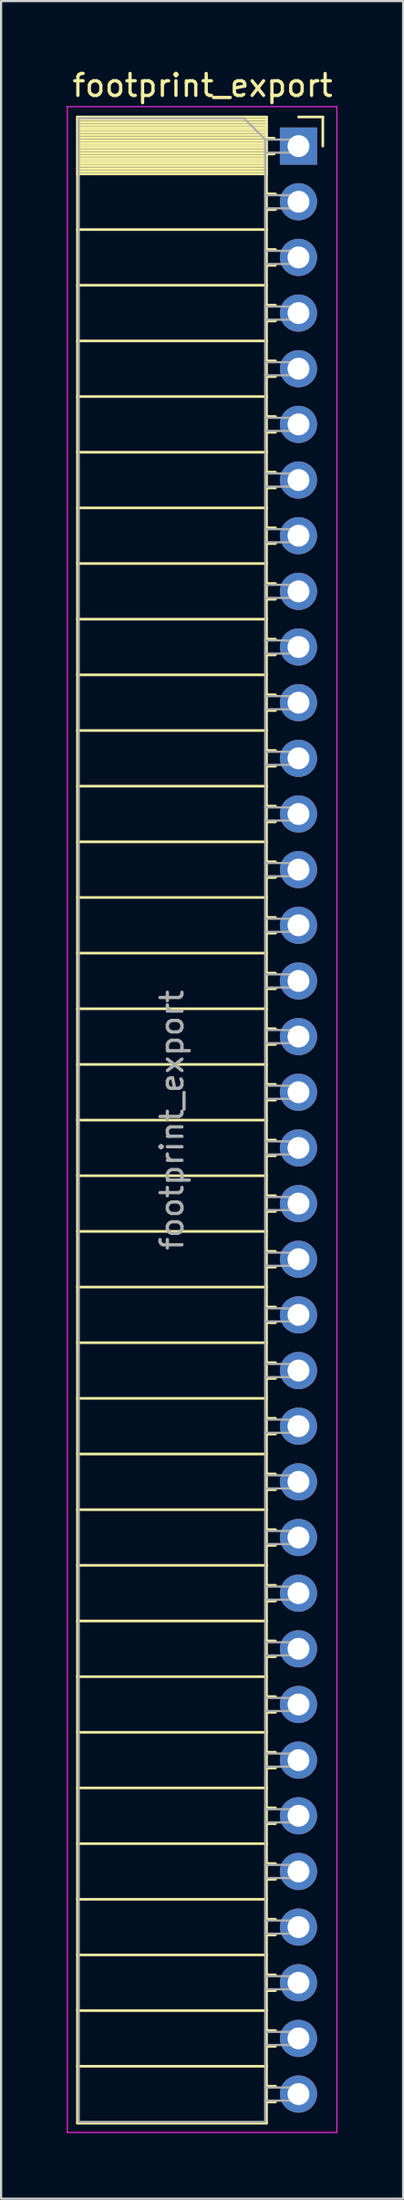
<source format=kicad_pcb>
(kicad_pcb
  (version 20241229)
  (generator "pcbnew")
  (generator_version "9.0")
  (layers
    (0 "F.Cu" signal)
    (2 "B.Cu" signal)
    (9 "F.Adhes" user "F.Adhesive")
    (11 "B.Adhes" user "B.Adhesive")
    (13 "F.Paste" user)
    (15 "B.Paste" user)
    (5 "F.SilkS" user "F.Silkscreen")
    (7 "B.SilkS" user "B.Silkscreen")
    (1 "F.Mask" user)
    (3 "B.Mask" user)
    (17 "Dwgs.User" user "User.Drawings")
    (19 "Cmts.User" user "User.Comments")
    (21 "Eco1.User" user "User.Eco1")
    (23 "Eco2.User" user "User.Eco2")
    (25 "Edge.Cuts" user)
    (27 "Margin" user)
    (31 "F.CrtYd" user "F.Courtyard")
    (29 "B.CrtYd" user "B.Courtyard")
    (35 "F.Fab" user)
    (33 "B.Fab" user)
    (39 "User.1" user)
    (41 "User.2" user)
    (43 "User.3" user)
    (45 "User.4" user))
  (footprint "footprint_export"
    (layer "F.Cu")
    (at 10.575 3.618)
    (property "Reference" "footprint_export" (at -4.38 -2.77 0) (layer "F.SilkS") (effects (font (size 1 1) (thickness 0.15))))
    (attr through_hole)
    (fp_line (start -10.09 -1.33) (end -10.09 90.23) (stroke (width 0.12) (type solid)) (layer "F.SilkS"))
    (fp_line (start -10.09 -1.33) (end -1.46 -1.33) (stroke (width 0.12) (type solid)) (layer "F.SilkS"))
    (fp_line (start -10.09 -1.21) (end -1.46 -1.21) (stroke (width 0.12) (type solid)) (layer "F.SilkS"))
    (fp_line (start -10.09 -1.092) (end -1.46 -1.092) (stroke (width 0.12) (type solid)) (layer "F.SilkS"))
    (fp_line (start -10.09 -0.974) (end -1.46 -0.974) (stroke (width 0.12) (type solid)) (layer "F.SilkS"))
    (fp_line (start -10.09 -0.856) (end -1.46 -0.856) (stroke (width 0.12) (type solid)) (layer "F.SilkS"))
    (fp_line (start -10.09 -0.738) (end -1.46 -0.738) (stroke (width 0.12) (type solid)) (layer "F.SilkS"))
    (fp_line (start -10.09 -0.62) (end -1.46 -0.62) (stroke (width 0.12) (type solid)) (layer "F.SilkS"))
    (fp_line (start -10.09 -0.501) (end -1.46 -0.501) (stroke (width 0.12) (type solid)) (layer "F.SilkS"))
    (fp_line (start -10.09 -0.383) (end -1.46 -0.383) (stroke (width 0.12) (type solid)) (layer "F.SilkS"))
    (fp_line (start -10.09 -0.265) (end -1.46 -0.265) (stroke (width 0.12) (type solid)) (layer "F.SilkS"))
    (fp_line (start -10.09 -0.147) (end -1.46 -0.147) (stroke (width 0.12) (type solid)) (layer "F.SilkS"))
    (fp_line (start -10.09 -0.029) (end -1.46 -0.029) (stroke (width 0.12) (type solid)) (layer "F.SilkS"))
    (fp_line (start -10.09 0.089) (end -1.46 0.089) (stroke (width 0.12) (type solid)) (layer "F.SilkS"))
    (fp_line (start -10.09 0.207) (end -1.46 0.207) (stroke (width 0.12) (type solid)) (layer "F.SilkS"))
    (fp_line (start -10.09 0.325) (end -1.46 0.325) (stroke (width 0.12) (type solid)) (layer "F.SilkS"))
    (fp_line (start -10.09 0.443) (end -1.46 0.443) (stroke (width 0.12) (type solid)) (layer "F.SilkS"))
    (fp_line (start -10.09 0.561) (end -1.46 0.561) (stroke (width 0.12) (type solid)) (layer "F.SilkS"))
    (fp_line (start -10.09 0.68) (end -1.46 0.68) (stroke (width 0.12) (type solid)) (layer "F.SilkS"))
    (fp_line (start -10.09 0.798) (end -1.46 0.798) (stroke (width 0.12) (type solid)) (layer "F.SilkS"))
    (fp_line (start -10.09 0.916) (end -1.46 0.916) (stroke (width 0.12) (type solid)) (layer "F.SilkS"))
    (fp_line (start -10.09 1.034) (end -1.46 1.034) (stroke (width 0.12) (type solid)) (layer "F.SilkS"))
    (fp_line (start -10.09 1.152) (end -1.46 1.152) (stroke (width 0.12) (type solid)) (layer "F.SilkS"))
    (fp_line (start -10.09 1.27) (end -1.46 1.27) (stroke (width 0.12) (type solid)) (layer "F.SilkS"))
    (fp_line (start -10.09 3.81) (end -1.46 3.81) (stroke (width 0.12) (type solid)) (layer "F.SilkS"))
    (fp_line (start -10.09 6.35) (end -1.46 6.35) (stroke (width 0.12) (type solid)) (layer "F.SilkS"))
    (fp_line (start -10.09 8.89) (end -1.46 8.89) (stroke (width 0.12) (type solid)) (layer "F.SilkS"))
    (fp_line (start -10.09 11.43) (end -1.46 11.43) (stroke (width 0.12) (type solid)) (layer "F.SilkS"))
    (fp_line (start -10.09 13.97) (end -1.46 13.97) (stroke (width 0.12) (type solid)) (layer "F.SilkS"))
    (fp_line (start -10.09 16.51) (end -1.46 16.51) (stroke (width 0.12) (type solid)) (layer "F.SilkS"))
    (fp_line (start -10.09 19.05) (end -1.46 19.05) (stroke (width 0.12) (type solid)) (layer "F.SilkS"))
    (fp_line (start -10.09 21.59) (end -1.46 21.59) (stroke (width 0.12) (type solid)) (layer "F.SilkS"))
    (fp_line (start -10.09 24.13) (end -1.46 24.13) (stroke (width 0.12) (type solid)) (layer "F.SilkS"))
    (fp_line (start -10.09 26.67) (end -1.46 26.67) (stroke (width 0.12) (type solid)) (layer "F.SilkS"))
    (fp_line (start -10.09 29.21) (end -1.46 29.21) (stroke (width 0.12) (type solid)) (layer "F.SilkS"))
    (fp_line (start -10.09 31.75) (end -1.46 31.75) (stroke (width 0.12) (type solid)) (layer "F.SilkS"))
    (fp_line (start -10.09 34.29) (end -1.46 34.29) (stroke (width 0.12) (type solid)) (layer "F.SilkS"))
    (fp_line (start -10.09 36.83) (end -1.46 36.83) (stroke (width 0.12) (type solid)) (layer "F.SilkS"))
    (fp_line (start -10.09 39.37) (end -1.46 39.37) (stroke (width 0.12) (type solid)) (layer "F.SilkS"))
    (fp_line (start -10.09 41.91) (end -1.46 41.91) (stroke (width 0.12) (type solid)) (layer "F.SilkS"))
    (fp_line (start -10.09 44.45) (end -1.46 44.45) (stroke (width 0.12) (type solid)) (layer "F.SilkS"))
    (fp_line (start -10.09 46.99) (end -1.46 46.99) (stroke (width 0.12) (type solid)) (layer "F.SilkS"))
    (fp_line (start -10.09 49.53) (end -1.46 49.53) (stroke (width 0.12) (type solid)) (layer "F.SilkS"))
    (fp_line (start -10.09 52.07) (end -1.46 52.07) (stroke (width 0.12) (type solid)) (layer "F.SilkS"))
    (fp_line (start -10.09 54.61) (end -1.46 54.61) (stroke (width 0.12) (type solid)) (layer "F.SilkS"))
    (fp_line (start -10.09 57.15) (end -1.46 57.15) (stroke (width 0.12) (type solid)) (layer "F.SilkS"))
    (fp_line (start -10.09 59.69) (end -1.46 59.69) (stroke (width 0.12) (type solid)) (layer "F.SilkS"))
    (fp_line (start -10.09 62.23) (end -1.46 62.23) (stroke (width 0.12) (type solid)) (layer "F.SilkS"))
    (fp_line (start -10.09 64.77) (end -1.46 64.77) (stroke (width 0.12) (type solid)) (layer "F.SilkS"))
    (fp_line (start -10.09 67.31) (end -1.46 67.31) (stroke (width 0.12) (type solid)) (layer "F.SilkS"))
    (fp_line (start -10.09 69.85) (end -1.46 69.85) (stroke (width 0.12) (type solid)) (layer "F.SilkS"))
    (fp_line (start -10.09 72.39) (end -1.46 72.39) (stroke (width 0.12) (type solid)) (layer "F.SilkS"))
    (fp_line (start -10.09 74.93) (end -1.46 74.93) (stroke (width 0.12) (type solid)) (layer "F.SilkS"))
    (fp_line (start -10.09 77.47) (end -1.46 77.47) (stroke (width 0.12) (type solid)) (layer "F.SilkS"))
    (fp_line (start -10.09 80.01) (end -1.46 80.01) (stroke (width 0.12) (type solid)) (layer "F.SilkS"))
    (fp_line (start -10.09 82.55) (end -1.46 82.55) (stroke (width 0.12) (type solid)) (layer "F.SilkS"))
    (fp_line (start -10.09 85.09) (end -1.46 85.09) (stroke (width 0.12) (type solid)) (layer "F.SilkS"))
    (fp_line (start -10.09 87.63) (end -1.46 87.63) (stroke (width 0.12) (type solid)) (layer "F.SilkS"))
    (fp_line (start -10.09 90.23) (end -1.46 90.23) (stroke (width 0.12) (type solid)) (layer "F.SilkS"))
    (fp_line (start -1.46 -1.33) (end -1.46 90.23) (stroke (width 0.12) (type solid)) (layer "F.SilkS"))
    (fp_line (start -1.46 -0.36) (end -1.11 -0.36) (stroke (width 0.12) (type solid)) (layer "F.SilkS"))
    (fp_line (start -1.46 0.36) (end -1.11 0.36) (stroke (width 0.12) (type solid)) (layer "F.SilkS"))
    (fp_line (start -1.46 2.18) (end -1.05 2.18) (stroke (width 0.12) (type solid)) (layer "F.SilkS"))
    (fp_line (start -1.46 2.9) (end -1.05 2.9) (stroke (width 0.12) (type solid)) (layer "F.SilkS"))
    (fp_line (start -1.46 4.72) (end -1.05 4.72) (stroke (width 0.12) (type solid)) (layer "F.SilkS"))
    (fp_line (start -1.46 5.44) (end -1.05 5.44) (stroke (width 0.12) (type solid)) (layer "F.SilkS"))
    (fp_line (start -1.46 7.26) (end -1.05 7.26) (stroke (width 0.12) (type solid)) (layer "F.SilkS"))
    (fp_line (start -1.46 7.98) (end -1.05 7.98) (stroke (width 0.12) (type solid)) (layer "F.SilkS"))
    (fp_line (start -1.46 9.8) (end -1.05 9.8) (stroke (width 0.12) (type solid)) (layer "F.SilkS"))
    (fp_line (start -1.46 10.52) (end -1.05 10.52) (stroke (width 0.12) (type solid)) (layer "F.SilkS"))
    (fp_line (start -1.46 12.34) (end -1.05 12.34) (stroke (width 0.12) (type solid)) (layer "F.SilkS"))
    (fp_line (start -1.46 13.06) (end -1.05 13.06) (stroke (width 0.12) (type solid)) (layer "F.SilkS"))
    (fp_line (start -1.46 14.88) (end -1.05 14.88) (stroke (width 0.12) (type solid)) (layer "F.SilkS"))
    (fp_line (start -1.46 15.6) (end -1.05 15.6) (stroke (width 0.12) (type solid)) (layer "F.SilkS"))
    (fp_line (start -1.46 17.42) (end -1.05 17.42) (stroke (width 0.12) (type solid)) (layer "F.SilkS"))
    (fp_line (start -1.46 18.14) (end -1.05 18.14) (stroke (width 0.12) (type solid)) (layer "F.SilkS"))
    (fp_line (start -1.46 19.96) (end -1.05 19.96) (stroke (width 0.12) (type solid)) (layer "F.SilkS"))
    (fp_line (start -1.46 20.68) (end -1.05 20.68) (stroke (width 0.12) (type solid)) (layer "F.SilkS"))
    (fp_line (start -1.46 22.5) (end -1.05 22.5) (stroke (width 0.12) (type solid)) (layer "F.SilkS"))
    (fp_line (start -1.46 23.22) (end -1.05 23.22) (stroke (width 0.12) (type solid)) (layer "F.SilkS"))
    (fp_line (start -1.46 25.04) (end -1.05 25.04) (stroke (width 0.12) (type solid)) (layer "F.SilkS"))
    (fp_line (start -1.46 25.76) (end -1.05 25.76) (stroke (width 0.12) (type solid)) (layer "F.SilkS"))
    (fp_line (start -1.46 27.58) (end -1.05 27.58) (stroke (width 0.12) (type solid)) (layer "F.SilkS"))
    (fp_line (start -1.46 28.3) (end -1.05 28.3) (stroke (width 0.12) (type solid)) (layer "F.SilkS"))
    (fp_line (start -1.46 30.12) (end -1.05 30.12) (stroke (width 0.12) (type solid)) (layer "F.SilkS"))
    (fp_line (start -1.46 30.84) (end -1.05 30.84) (stroke (width 0.12) (type solid)) (layer "F.SilkS"))
    (fp_line (start -1.46 32.66) (end -1.05 32.66) (stroke (width 0.12) (type solid)) (layer "F.SilkS"))
    (fp_line (start -1.46 33.38) (end -1.05 33.38) (stroke (width 0.12) (type solid)) (layer "F.SilkS"))
    (fp_line (start -1.46 35.2) (end -1.05 35.2) (stroke (width 0.12) (type solid)) (layer "F.SilkS"))
    (fp_line (start -1.46 35.92) (end -1.05 35.92) (stroke (width 0.12) (type solid)) (layer "F.SilkS"))
    (fp_line (start -1.46 37.74) (end -1.05 37.74) (stroke (width 0.12) (type solid)) (layer "F.SilkS"))
    (fp_line (start -1.46 38.46) (end -1.05 38.46) (stroke (width 0.12) (type solid)) (layer "F.SilkS"))
    (fp_line (start -1.46 40.28) (end -1.05 40.28) (stroke (width 0.12) (type solid)) (layer "F.SilkS"))
    (fp_line (start -1.46 41) (end -1.05 41) (stroke (width 0.12) (type solid)) (layer "F.SilkS"))
    (fp_line (start -1.46 42.82) (end -1.05 42.82) (stroke (width 0.12) (type solid)) (layer "F.SilkS"))
    (fp_line (start -1.46 43.54) (end -1.05 43.54) (stroke (width 0.12) (type solid)) (layer "F.SilkS"))
    (fp_line (start -1.46 45.36) (end -1.05 45.36) (stroke (width 0.12) (type solid)) (layer "F.SilkS"))
    (fp_line (start -1.46 46.08) (end -1.05 46.08) (stroke (width 0.12) (type solid)) (layer "F.SilkS"))
    (fp_line (start -1.46 47.9) (end -1.05 47.9) (stroke (width 0.12) (type solid)) (layer "F.SilkS"))
    (fp_line (start -1.46 48.62) (end -1.05 48.62) (stroke (width 0.12) (type solid)) (layer "F.SilkS"))
    (fp_line (start -1.46 50.44) (end -1.05 50.44) (stroke (width 0.12) (type solid)) (layer "F.SilkS"))
    (fp_line (start -1.46 51.16) (end -1.05 51.16) (stroke (width 0.12) (type solid)) (layer "F.SilkS"))
    (fp_line (start -1.46 52.98) (end -1.05 52.98) (stroke (width 0.12) (type solid)) (layer "F.SilkS"))
    (fp_line (start -1.46 53.7) (end -1.05 53.7) (stroke (width 0.12) (type solid)) (layer "F.SilkS"))
    (fp_line (start -1.46 55.52) (end -1.05 55.52) (stroke (width 0.12) (type solid)) (layer "F.SilkS"))
    (fp_line (start -1.46 56.24) (end -1.05 56.24) (stroke (width 0.12) (type solid)) (layer "F.SilkS"))
    (fp_line (start -1.46 58.06) (end -1.05 58.06) (stroke (width 0.12) (type solid)) (layer "F.SilkS"))
    (fp_line (start -1.46 58.78) (end -1.05 58.78) (stroke (width 0.12) (type solid)) (layer "F.SilkS"))
    (fp_line (start -1.46 60.6) (end -1.05 60.6) (stroke (width 0.12) (type solid)) (layer "F.SilkS"))
    (fp_line (start -1.46 61.32) (end -1.05 61.32) (stroke (width 0.12) (type solid)) (layer "F.SilkS"))
    (fp_line (start -1.46 63.14) (end -1.05 63.14) (stroke (width 0.12) (type solid)) (layer "F.SilkS"))
    (fp_line (start -1.46 63.86) (end -1.05 63.86) (stroke (width 0.12) (type solid)) (layer "F.SilkS"))
    (fp_line (start -1.46 65.68) (end -1.05 65.68) (stroke (width 0.12) (type solid)) (layer "F.SilkS"))
    (fp_line (start -1.46 66.4) (end -1.05 66.4) (stroke (width 0.12) (type solid)) (layer "F.SilkS"))
    (fp_line (start -1.46 68.22) (end -1.05 68.22) (stroke (width 0.12) (type solid)) (layer "F.SilkS"))
    (fp_line (start -1.46 68.94) (end -1.05 68.94) (stroke (width 0.12) (type solid)) (layer "F.SilkS"))
    (fp_line (start -1.46 70.76) (end -1.05 70.76) (stroke (width 0.12) (type solid)) (layer "F.SilkS"))
    (fp_line (start -1.46 71.48) (end -1.05 71.48) (stroke (width 0.12) (type solid)) (layer "F.SilkS"))
    (fp_line (start -1.46 73.3) (end -1.05 73.3) (stroke (width 0.12) (type solid)) (layer "F.SilkS"))
    (fp_line (start -1.46 74.02) (end -1.05 74.02) (stroke (width 0.12) (type solid)) (layer "F.SilkS"))
    (fp_line (start -1.46 75.84) (end -1.05 75.84) (stroke (width 0.12) (type solid)) (layer "F.SilkS"))
    (fp_line (start -1.46 76.56) (end -1.05 76.56) (stroke (width 0.12) (type solid)) (layer "F.SilkS"))
    (fp_line (start -1.46 78.38) (end -1.05 78.38) (stroke (width 0.12) (type solid)) (layer "F.SilkS"))
    (fp_line (start -1.46 79.1) (end -1.05 79.1) (stroke (width 0.12) (type solid)) (layer "F.SilkS"))
    (fp_line (start -1.46 80.92) (end -1.05 80.92) (stroke (width 0.12) (type solid)) (layer "F.SilkS"))
    (fp_line (start -1.46 81.64) (end -1.05 81.64) (stroke (width 0.12) (type solid)) (layer "F.SilkS"))
    (fp_line (start -1.46 83.46) (end -1.05 83.46) (stroke (width 0.12) (type solid)) (layer "F.SilkS"))
    (fp_line (start -1.46 84.18) (end -1.05 84.18) (stroke (width 0.12) (type solid)) (layer "F.SilkS"))
    (fp_line (start -1.46 86) (end -1.05 86) (stroke (width 0.12) (type solid)) (layer "F.SilkS"))
    (fp_line (start -1.46 86.72) (end -1.05 86.72) (stroke (width 0.12) (type solid)) (layer "F.SilkS"))
    (fp_line (start -1.46 88.54) (end -1.05 88.54) (stroke (width 0.12) (type solid)) (layer "F.SilkS"))
    (fp_line (start -1.46 89.26) (end -1.05 89.26) (stroke (width 0.12) (type solid)) (layer "F.SilkS"))
    (fp_line (start 0 -1.33) (end 1.11 -1.33) (stroke (width 0.12) (type solid)) (layer "F.SilkS"))
    (fp_line (start 1.11 -1.33) (end 1.11 0) (stroke (width 0.12) (type solid)) (layer "F.SilkS"))
    (fp_line (start -10.55 -1.8) (end -10.55 90.65) (stroke (width 0.05) (type solid)) (layer "F.CrtYd"))
    (fp_line (start -10.55 90.65) (end 1.75 90.65) (stroke (width 0.05) (type solid)) (layer "F.CrtYd"))
    (fp_line (start 1.75 -1.8) (end -10.55 -1.8) (stroke (width 0.05) (type solid)) (layer "F.CrtYd"))
    (fp_line (start 1.75 90.65) (end 1.75 -1.8) (stroke (width 0.05) (type solid)) (layer "F.CrtYd"))
    (fp_line (start -10.03 -1.27) (end -2.49 -1.27) (stroke (width 0.1) (type solid)) (layer "F.Fab"))
    (fp_line (start -10.03 90.17) (end -10.03 -1.27) (stroke (width 0.1) (type solid)) (layer "F.Fab"))
    (fp_line (start -2.49 -1.27) (end -1.52 -0.3) (stroke (width 0.1) (type solid)) (layer "F.Fab"))
    (fp_line (start -1.52 -0.3) (end -1.52 90.17) (stroke (width 0.1) (type solid)) (layer "F.Fab"))
    (fp_line (start -1.52 0.3) (end 0 0.3) (stroke (width 0.1) (type solid)) (layer "F.Fab"))
    (fp_line (start -1.52 2.84) (end 0 2.84) (stroke (width 0.1) (type solid)) (layer "F.Fab"))
    (fp_line (start -1.52 5.38) (end 0 5.38) (stroke (width 0.1) (type solid)) (layer "F.Fab"))
    (fp_line (start -1.52 7.92) (end 0 7.92) (stroke (width 0.1) (type solid)) (layer "F.Fab"))
    (fp_line (start -1.52 10.46) (end 0 10.46) (stroke (width 0.1) (type solid)) (layer "F.Fab"))
    (fp_line (start -1.52 13) (end 0 13) (stroke (width 0.1) (type solid)) (layer "F.Fab"))
    (fp_line (start -1.52 15.54) (end 0 15.54) (stroke (width 0.1) (type solid)) (layer "F.Fab"))
    (fp_line (start -1.52 18.08) (end 0 18.08) (stroke (width 0.1) (type solid)) (layer "F.Fab"))
    (fp_line (start -1.52 20.62) (end 0 20.62) (stroke (width 0.1) (type solid)) (layer "F.Fab"))
    (fp_line (start -1.52 23.16) (end 0 23.16) (stroke (width 0.1) (type solid)) (layer "F.Fab"))
    (fp_line (start -1.52 25.7) (end 0 25.7) (stroke (width 0.1) (type solid)) (layer "F.Fab"))
    (fp_line (start -1.52 28.24) (end 0 28.24) (stroke (width 0.1) (type solid)) (layer "F.Fab"))
    (fp_line (start -1.52 30.78) (end 0 30.78) (stroke (width 0.1) (type solid)) (layer "F.Fab"))
    (fp_line (start -1.52 33.32) (end 0 33.32) (stroke (width 0.1) (type solid)) (layer "F.Fab"))
    (fp_line (start -1.52 35.86) (end 0 35.86) (stroke (width 0.1) (type solid)) (layer "F.Fab"))
    (fp_line (start -1.52 38.4) (end 0 38.4) (stroke (width 0.1) (type solid)) (layer "F.Fab"))
    (fp_line (start -1.52 40.94) (end 0 40.94) (stroke (width 0.1) (type solid)) (layer "F.Fab"))
    (fp_line (start -1.52 43.48) (end 0 43.48) (stroke (width 0.1) (type solid)) (layer "F.Fab"))
    (fp_line (start -1.52 46.02) (end 0 46.02) (stroke (width 0.1) (type solid)) (layer "F.Fab"))
    (fp_line (start -1.52 48.56) (end 0 48.56) (stroke (width 0.1) (type solid)) (layer "F.Fab"))
    (fp_line (start -1.52 51.1) (end 0 51.1) (stroke (width 0.1) (type solid)) (layer "F.Fab"))
    (fp_line (start -1.52 53.64) (end 0 53.64) (stroke (width 0.1) (type solid)) (layer "F.Fab"))
    (fp_line (start -1.52 56.18) (end 0 56.18) (stroke (width 0.1) (type solid)) (layer "F.Fab"))
    (fp_line (start -1.52 58.72) (end 0 58.72) (stroke (width 0.1) (type solid)) (layer "F.Fab"))
    (fp_line (start -1.52 61.26) (end 0 61.26) (stroke (width 0.1) (type solid)) (layer "F.Fab"))
    (fp_line (start -1.52 63.8) (end 0 63.8) (stroke (width 0.1) (type solid)) (layer "F.Fab"))
    (fp_line (start -1.52 66.34) (end 0 66.34) (stroke (width 0.1) (type solid)) (layer "F.Fab"))
    (fp_line (start -1.52 68.88) (end 0 68.88) (stroke (width 0.1) (type solid)) (layer "F.Fab"))
    (fp_line (start -1.52 71.42) (end 0 71.42) (stroke (width 0.1) (type solid)) (layer "F.Fab"))
    (fp_line (start -1.52 73.96) (end 0 73.96) (stroke (width 0.1) (type solid)) (layer "F.Fab"))
    (fp_line (start -1.52 76.5) (end 0 76.5) (stroke (width 0.1) (type solid)) (layer "F.Fab"))
    (fp_line (start -1.52 79.04) (end 0 79.04) (stroke (width 0.1) (type solid)) (layer "F.Fab"))
    (fp_line (start -1.52 81.58) (end 0 81.58) (stroke (width 0.1) (type solid)) (layer "F.Fab"))
    (fp_line (start -1.52 84.12) (end 0 84.12) (stroke (width 0.1) (type solid)) (layer "F.Fab"))
    (fp_line (start -1.52 86.66) (end 0 86.66) (stroke (width 0.1) (type solid)) (layer "F.Fab"))
    (fp_line (start -1.52 89.2) (end 0 89.2) (stroke (width 0.1) (type solid)) (layer "F.Fab"))
    (fp_line (start -1.52 90.17) (end -10.03 90.17) (stroke (width 0.1) (type solid)) (layer "F.Fab"))
    (fp_line (start 0 -0.3) (end -1.52 -0.3) (stroke (width 0.1) (type solid)) (layer "F.Fab"))
    (fp_line (start 0 0.3) (end 0 -0.3) (stroke (width 0.1) (type solid)) (layer "F.Fab"))
    (fp_line (start 0 2.24) (end -1.52 2.24) (stroke (width 0.1) (type solid)) (layer "F.Fab"))
    (fp_line (start 0 2.84) (end 0 2.24) (stroke (width 0.1) (type solid)) (layer "F.Fab"))
    (fp_line (start 0 4.78) (end -1.52 4.78) (stroke (width 0.1) (type solid)) (layer "F.Fab"))
    (fp_line (start 0 5.38) (end 0 4.78) (stroke (width 0.1) (type solid)) (layer "F.Fab"))
    (fp_line (start 0 7.32) (end -1.52 7.32) (stroke (width 0.1) (type solid)) (layer "F.Fab"))
    (fp_line (start 0 7.92) (end 0 7.32) (stroke (width 0.1) (type solid)) (layer "F.Fab"))
    (fp_line (start 0 9.86) (end -1.52 9.86) (stroke (width 0.1) (type solid)) (layer "F.Fab"))
    (fp_line (start 0 10.46) (end 0 9.86) (stroke (width 0.1) (type solid)) (layer "F.Fab"))
    (fp_line (start 0 12.4) (end -1.52 12.4) (stroke (width 0.1) (type solid)) (layer "F.Fab"))
    (fp_line (start 0 13) (end 0 12.4) (stroke (width 0.1) (type solid)) (layer "F.Fab"))
    (fp_line (start 0 14.94) (end -1.52 14.94) (stroke (width 0.1) (type solid)) (layer "F.Fab"))
    (fp_line (start 0 15.54) (end 0 14.94) (stroke (width 0.1) (type solid)) (layer "F.Fab"))
    (fp_line (start 0 17.48) (end -1.52 17.48) (stroke (width 0.1) (type solid)) (layer "F.Fab"))
    (fp_line (start 0 18.08) (end 0 17.48) (stroke (width 0.1) (type solid)) (layer "F.Fab"))
    (fp_line (start 0 20.02) (end -1.52 20.02) (stroke (width 0.1) (type solid)) (layer "F.Fab"))
    (fp_line (start 0 20.62) (end 0 20.02) (stroke (width 0.1) (type solid)) (layer "F.Fab"))
    (fp_line (start 0 22.56) (end -1.52 22.56) (stroke (width 0.1) (type solid)) (layer "F.Fab"))
    (fp_line (start 0 23.16) (end 0 22.56) (stroke (width 0.1) (type solid)) (layer "F.Fab"))
    (fp_line (start 0 25.1) (end -1.52 25.1) (stroke (width 0.1) (type solid)) (layer "F.Fab"))
    (fp_line (start 0 25.7) (end 0 25.1) (stroke (width 0.1) (type solid)) (layer "F.Fab"))
    (fp_line (start 0 27.64) (end -1.52 27.64) (stroke (width 0.1) (type solid)) (layer "F.Fab"))
    (fp_line (start 0 28.24) (end 0 27.64) (stroke (width 0.1) (type solid)) (layer "F.Fab"))
    (fp_line (start 0 30.18) (end -1.52 30.18) (stroke (width 0.1) (type solid)) (layer "F.Fab"))
    (fp_line (start 0 30.78) (end 0 30.18) (stroke (width 0.1) (type solid)) (layer "F.Fab"))
    (fp_line (start 0 32.72) (end -1.52 32.72) (stroke (width 0.1) (type solid)) (layer "F.Fab"))
    (fp_line (start 0 33.32) (end 0 32.72) (stroke (width 0.1) (type solid)) (layer "F.Fab"))
    (fp_line (start 0 35.26) (end -1.52 35.26) (stroke (width 0.1) (type solid)) (layer "F.Fab"))
    (fp_line (start 0 35.86) (end 0 35.26) (stroke (width 0.1) (type solid)) (layer "F.Fab"))
    (fp_line (start 0 37.8) (end -1.52 37.8) (stroke (width 0.1) (type solid)) (layer "F.Fab"))
    (fp_line (start 0 38.4) (end 0 37.8) (stroke (width 0.1) (type solid)) (layer "F.Fab"))
    (fp_line (start 0 40.34) (end -1.52 40.34) (stroke (width 0.1) (type solid)) (layer "F.Fab"))
    (fp_line (start 0 40.94) (end 0 40.34) (stroke (width 0.1) (type solid)) (layer "F.Fab"))
    (fp_line (start 0 42.88) (end -1.52 42.88) (stroke (width 0.1) (type solid)) (layer "F.Fab"))
    (fp_line (start 0 43.48) (end 0 42.88) (stroke (width 0.1) (type solid)) (layer "F.Fab"))
    (fp_line (start 0 45.42) (end -1.52 45.42) (stroke (width 0.1) (type solid)) (layer "F.Fab"))
    (fp_line (start 0 46.02) (end 0 45.42) (stroke (width 0.1) (type solid)) (layer "F.Fab"))
    (fp_line (start 0 47.96) (end -1.52 47.96) (stroke (width 0.1) (type solid)) (layer "F.Fab"))
    (fp_line (start 0 48.56) (end 0 47.96) (stroke (width 0.1) (type solid)) (layer "F.Fab"))
    (fp_line (start 0 50.5) (end -1.52 50.5) (stroke (width 0.1) (type solid)) (layer "F.Fab"))
    (fp_line (start 0 51.1) (end 0 50.5) (stroke (width 0.1) (type solid)) (layer "F.Fab"))
    (fp_line (start 0 53.04) (end -1.52 53.04) (stroke (width 0.1) (type solid)) (layer "F.Fab"))
    (fp_line (start 0 53.64) (end 0 53.04) (stroke (width 0.1) (type solid)) (layer "F.Fab"))
    (fp_line (start 0 55.58) (end -1.52 55.58) (stroke (width 0.1) (type solid)) (layer "F.Fab"))
    (fp_line (start 0 56.18) (end 0 55.58) (stroke (width 0.1) (type solid)) (layer "F.Fab"))
    (fp_line (start 0 58.12) (end -1.52 58.12) (stroke (width 0.1) (type solid)) (layer "F.Fab"))
    (fp_line (start 0 58.72) (end 0 58.12) (stroke (width 0.1) (type solid)) (layer "F.Fab"))
    (fp_line (start 0 60.66) (end -1.52 60.66) (stroke (width 0.1) (type solid)) (layer "F.Fab"))
    (fp_line (start 0 61.26) (end 0 60.66) (stroke (width 0.1) (type solid)) (layer "F.Fab"))
    (fp_line (start 0 63.2) (end -1.52 63.2) (stroke (width 0.1) (type solid)) (layer "F.Fab"))
    (fp_line (start 0 63.8) (end 0 63.2) (stroke (width 0.1) (type solid)) (layer "F.Fab"))
    (fp_line (start 0 65.74) (end -1.52 65.74) (stroke (width 0.1) (type solid)) (layer "F.Fab"))
    (fp_line (start 0 66.34) (end 0 65.74) (stroke (width 0.1) (type solid)) (layer "F.Fab"))
    (fp_line (start 0 68.28) (end -1.52 68.28) (stroke (width 0.1) (type solid)) (layer "F.Fab"))
    (fp_line (start 0 68.88) (end 0 68.28) (stroke (width 0.1) (type solid)) (layer "F.Fab"))
    (fp_line (start 0 70.82) (end -1.52 70.82) (stroke (width 0.1) (type solid)) (layer "F.Fab"))
    (fp_line (start 0 71.42) (end 0 70.82) (stroke (width 0.1) (type solid)) (layer "F.Fab"))
    (fp_line (start 0 73.36) (end -1.52 73.36) (stroke (width 0.1) (type solid)) (layer "F.Fab"))
    (fp_line (start 0 73.96) (end 0 73.36) (stroke (width 0.1) (type solid)) (layer "F.Fab"))
    (fp_line (start 0 75.9) (end -1.52 75.9) (stroke (width 0.1) (type solid)) (layer "F.Fab"))
    (fp_line (start 0 76.5) (end 0 75.9) (stroke (width 0.1) (type solid)) (layer "F.Fab"))
    (fp_line (start 0 78.44) (end -1.52 78.44) (stroke (width 0.1) (type solid)) (layer "F.Fab"))
    (fp_line (start 0 79.04) (end 0 78.44) (stroke (width 0.1) (type solid)) (layer "F.Fab"))
    (fp_line (start 0 80.98) (end -1.52 80.98) (stroke (width 0.1) (type solid)) (layer "F.Fab"))
    (fp_line (start 0 81.58) (end 0 80.98) (stroke (width 0.1) (type solid)) (layer "F.Fab"))
    (fp_line (start 0 83.52) (end -1.52 83.52) (stroke (width 0.1) (type solid)) (layer "F.Fab"))
    (fp_line (start 0 84.12) (end 0 83.52) (stroke (width 0.1) (type solid)) (layer "F.Fab"))
    (fp_line (start 0 86.06) (end -1.52 86.06) (stroke (width 0.1) (type solid)) (layer "F.Fab"))
    (fp_line (start 0 86.66) (end 0 86.06) (stroke (width 0.1) (type solid)) (layer "F.Fab"))
    (fp_line (start 0 88.6) (end -1.52 88.6) (stroke (width 0.1) (type solid)) (layer "F.Fab"))
    (fp_line (start 0 89.2) (end 0 88.6) (stroke (width 0.1) (type solid)) (layer "F.Fab"))
    (fp_text user "${REFERENCE}" (at -5.775 44.45 90) (layer "F.Fab") (effects (font (size 1 1) (thickness 0.15))))
    (pad "1" thru_hole rect (at 0 0) (size 1.7 1.7) (drill 1) (layers "*.Cu" "*.Mask"))
    (pad "2" thru_hole oval (at 0 2.54) (size 1.7 1.7) (drill 1) (layers "*.Cu" "*.Mask"))
    (pad "3" thru_hole oval (at 0 5.08) (size 1.7 1.7) (drill 1) (layers "*.Cu" "*.Mask"))
    (pad "4" thru_hole oval (at 0 7.62) (size 1.7 1.7) (drill 1) (layers "*.Cu" "*.Mask"))
    (pad "5" thru_hole oval (at 0 10.16) (size 1.7 1.7) (drill 1) (layers "*.Cu" "*.Mask"))
    (pad "6" thru_hole oval (at 0 12.7) (size 1.7 1.7) (drill 1) (layers "*.Cu" "*.Mask"))
    (pad "7" thru_hole oval (at 0 15.24) (size 1.7 1.7) (drill 1) (layers "*.Cu" "*.Mask"))
    (pad "8" thru_hole oval (at 0 17.78) (size 1.7 1.7) (drill 1) (layers "*.Cu" "*.Mask"))
    (pad "9" thru_hole oval (at 0 20.32) (size 1.7 1.7) (drill 1) (layers "*.Cu" "*.Mask"))
    (pad "10" thru_hole oval (at 0 22.86) (size 1.7 1.7) (drill 1) (layers "*.Cu" "*.Mask"))
    (pad "11" thru_hole oval (at 0 25.4) (size 1.7 1.7) (drill 1) (layers "*.Cu" "*.Mask"))
    (pad "12" thru_hole oval (at 0 27.94) (size 1.7 1.7) (drill 1) (layers "*.Cu" "*.Mask"))
    (pad "13" thru_hole oval (at 0 30.48) (size 1.7 1.7) (drill 1) (layers "*.Cu" "*.Mask"))
    (pad "14" thru_hole oval (at 0 33.02) (size 1.7 1.7) (drill 1) (layers "*.Cu" "*.Mask"))
    (pad "15" thru_hole oval (at 0 35.56) (size 1.7 1.7) (drill 1) (layers "*.Cu" "*.Mask"))
    (pad "16" thru_hole oval (at 0 38.1) (size 1.7 1.7) (drill 1) (layers "*.Cu" "*.Mask"))
    (pad "17" thru_hole oval (at 0 40.64) (size 1.7 1.7) (drill 1) (layers "*.Cu" "*.Mask"))
    (pad "18" thru_hole oval (at 0 43.18) (size 1.7 1.7) (drill 1) (layers "*.Cu" "*.Mask"))
    (pad "19" thru_hole oval (at 0 45.72) (size 1.7 1.7) (drill 1) (layers "*.Cu" "*.Mask"))
    (pad "20" thru_hole oval (at 0 48.26) (size 1.7 1.7) (drill 1) (layers "*.Cu" "*.Mask"))
    (pad "21" thru_hole oval (at 0 50.8) (size 1.7 1.7) (drill 1) (layers "*.Cu" "*.Mask"))
    (pad "22" thru_hole oval (at 0 53.34) (size 1.7 1.7) (drill 1) (layers "*.Cu" "*.Mask"))
    (pad "23" thru_hole oval (at 0 55.88) (size 1.7 1.7) (drill 1) (layers "*.Cu" "*.Mask"))
    (pad "24" thru_hole oval (at 0 58.42) (size 1.7 1.7) (drill 1) (layers "*.Cu" "*.Mask"))
    (pad "25" thru_hole oval (at 0 60.96) (size 1.7 1.7) (drill 1) (layers "*.Cu" "*.Mask"))
    (pad "26" thru_hole oval (at 0 63.5) (size 1.7 1.7) (drill 1) (layers "*.Cu" "*.Mask"))
    (pad "27" thru_hole oval (at 0 66.04) (size 1.7 1.7) (drill 1) (layers "*.Cu" "*.Mask"))
    (pad "28" thru_hole oval (at 0 68.58) (size 1.7 1.7) (drill 1) (layers "*.Cu" "*.Mask"))
    (pad "29" thru_hole oval (at 0 71.12) (size 1.7 1.7) (drill 1) (layers "*.Cu" "*.Mask"))
    (pad "30" thru_hole oval (at 0 73.66) (size 1.7 1.7) (drill 1) (layers "*.Cu" "*.Mask"))
    (pad "31" thru_hole oval (at 0 76.2) (size 1.7 1.7) (drill 1) (layers "*.Cu" "*.Mask"))
    (pad "32" thru_hole oval (at 0 78.74) (size 1.7 1.7) (drill 1) (layers "*.Cu" "*.Mask"))
    (pad "33" thru_hole oval (at 0 81.28) (size 1.7 1.7) (drill 1) (layers "*.Cu" "*.Mask"))
    (pad "34" thru_hole oval (at 0 83.82) (size 1.7 1.7) (drill 1) (layers "*.Cu" "*.Mask"))
    (pad "35" thru_hole oval (at 0 86.36) (size 1.7 1.7) (drill 1) (layers "*.Cu" "*.Mask"))
    (pad "36" thru_hole oval (at 0 88.9) (size 1.7 1.7) (drill 1) (layers "*.Cu" "*.Mask")))
  (gr_rect
    (start -3 -3)
    (end 15.35 97.293)
    (stroke (width 0.1) (type default))
    (fill no)
    (layer "Edge.Cuts")))
</source>
